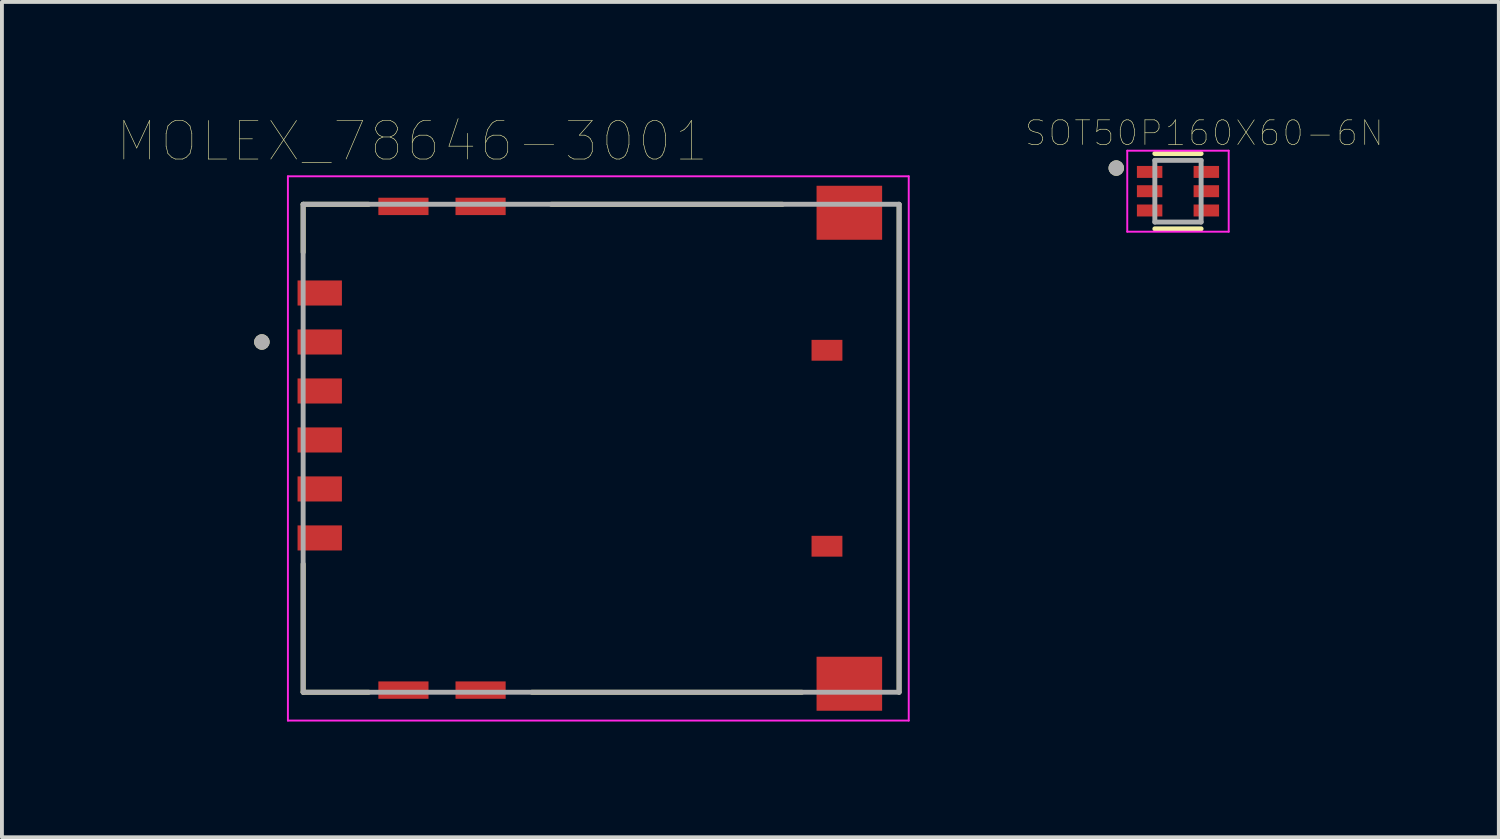
<source format=kicad_pcb>
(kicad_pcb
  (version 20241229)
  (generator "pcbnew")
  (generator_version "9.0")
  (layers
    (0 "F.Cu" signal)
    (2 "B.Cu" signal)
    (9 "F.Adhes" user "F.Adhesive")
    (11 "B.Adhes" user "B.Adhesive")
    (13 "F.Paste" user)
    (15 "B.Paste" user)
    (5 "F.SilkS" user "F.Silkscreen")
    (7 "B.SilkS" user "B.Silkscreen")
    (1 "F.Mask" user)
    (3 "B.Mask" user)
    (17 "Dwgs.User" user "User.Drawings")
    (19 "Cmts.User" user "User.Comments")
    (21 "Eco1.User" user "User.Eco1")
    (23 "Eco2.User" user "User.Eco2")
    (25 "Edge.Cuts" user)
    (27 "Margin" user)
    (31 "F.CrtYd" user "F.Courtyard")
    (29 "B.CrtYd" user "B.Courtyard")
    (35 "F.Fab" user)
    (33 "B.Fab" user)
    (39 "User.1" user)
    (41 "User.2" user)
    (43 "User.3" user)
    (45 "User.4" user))
  (footprint "SOT50P160X60-6N"
    (layer "F.Cu")
    (at 27.489 1.907)
    (property "Reference" "SOT50P160X60-6N" (at 0.682 -1.506 0) (layer "F.SilkS") (effects (font (size 0.64 0.64) (thickness 0.015))))
    (attr through_hole)
    (fp_line (start -0.6 -0.975) (end 0.6 -0.975) (stroke (width 0.127) (type solid)) (layer "F.SilkS"))
    (fp_line (start -0.6 0.975) (end 0.6 0.975) (stroke (width 0.127) (type solid)) (layer "F.SilkS"))
    (fp_circle (center -1.6 -0.6) (end -1.5 -0.6) (stroke (width 0.2) (type solid)) (fill no) (layer "F.SilkS"))
    (fp_line (start -1.315 -1.05) (end 1.315 -1.05) (stroke (width 0.05) (type solid)) (layer "F.CrtYd"))
    (fp_line (start -1.315 1.05) (end -1.315 -1.05) (stroke (width 0.05) (type solid)) (layer "F.CrtYd"))
    (fp_line (start 1.315 -1.05) (end 1.315 1.05) (stroke (width 0.05) (type solid)) (layer "F.CrtYd"))
    (fp_line (start 1.315 1.05) (end -1.315 1.05) (stroke (width 0.05) (type solid)) (layer "F.CrtYd"))
    (fp_line (start -0.6 -0.8) (end 0.6 -0.8) (stroke (width 0.127) (type solid)) (layer "F.Fab"))
    (fp_line (start -0.6 0.8) (end -0.6 -0.8) (stroke (width 0.127) (type solid)) (layer "F.Fab"))
    (fp_line (start 0.6 -0.8) (end 0.6 0.8) (stroke (width 0.127) (type solid)) (layer "F.Fab"))
    (fp_line (start 0.6 0.8) (end -0.6 0.8) (stroke (width 0.127) (type solid)) (layer "F.Fab"))
    (fp_circle (center -1.6 -0.6) (end -1.5 -0.6) (stroke (width 0.2) (type solid)) (fill no) (layer "F.Fab"))
    (pad "1" smd rect (at -0.735 -0.5) (size 0.66 0.31) (layers "F.Cu" "F.Mask" "F.Paste"))
    (pad "2" smd rect (at -0.735 0) (size 0.66 0.31) (layers "F.Cu" "F.Mask" "F.Paste"))
    (pad "3" smd rect (at -0.735 0.5) (size 0.66 0.31) (layers "F.Cu" "F.Mask" "F.Paste"))
    (pad "4" smd rect (at 0.735 0.5) (size 0.66 0.31) (layers "F.Cu" "F.Mask" "F.Paste"))
    (pad "5" smd rect (at 0.735 0) (size 0.66 0.31) (layers "F.Cu" "F.Mask" "F.Paste"))
    (pad "6" smd rect (at 0.735 -0.5) (size 0.66 0.31) (layers "F.Cu" "F.Mask" "F.Paste")))
  (footprint "MOLEX_78646-3001"
    (layer "F.Cu")
    (at 12.534 8.571)
    (property "Reference" "MOLEX_78646-3001" (at -4.897 -7.96 0) (layer "F.SilkS") (effects (font (size 1 1) (thickness 0.015))))
    (attr through_hole)
    (fp_line (start -7.725 -6.325) (end -7.725 -5.08) (stroke (width 0.127) (type solid)) (layer "F.SilkS"))
    (fp_line (start -7.725 -6.325) (end -6.025 -6.325) (stroke (width 0.127) (type solid)) (layer "F.SilkS"))
    (fp_line (start -7.725 3) (end -7.725 6.325) (stroke (width 0.127) (type solid)) (layer "F.SilkS"))
    (fp_line (start -7.725 6.325) (end -6.025 6.325) (stroke (width 0.127) (type solid)) (layer "F.SilkS"))
    (fp_line (start -1.795 6.325) (end 5.205 6.325) (stroke (width 0.127) (type solid)) (layer "F.SilkS"))
    (fp_line (start -1.295 -6.325) (end 4.705 -6.325) (stroke (width 0.127) (type solid)) (layer "F.SilkS"))
    (fp_line (start 7.725 -6.325) (end 7.725 6.325) (stroke (width 0.127) (type solid)) (layer "F.SilkS"))
    (fp_circle (center -8.795 -2.755) (end -8.695 -2.755) (stroke (width 0.2) (type solid)) (fill no) (layer "F.SilkS"))
    (fp_line (start -8.12 -7.05) (end 7.975 -7.05) (stroke (width 0.05) (type solid)) (layer "F.CrtYd"))
    (fp_line (start -8.12 7.06) (end -8.12 -7.05) (stroke (width 0.05) (type solid)) (layer "F.CrtYd"))
    (fp_line (start 7.975 -7.05) (end 7.975 7.06) (stroke (width 0.05) (type solid)) (layer "F.CrtYd"))
    (fp_line (start 7.975 7.06) (end -8.12 7.06) (stroke (width 0.05) (type solid)) (layer "F.CrtYd"))
    (fp_line (start -7.725 -6.325) (end -7.725 6.325) (stroke (width 0.127) (type solid)) (layer "F.Fab"))
    (fp_line (start 7.725 -6.325) (end -7.725 -6.325) (stroke (width 0.127) (type solid)) (layer "F.Fab"))
    (fp_line (start 7.725 -6.325) (end 7.725 6.325) (stroke (width 0.127) (type solid)) (layer "F.Fab"))
    (fp_line (start 7.725 6.325) (end -7.725 6.325) (stroke (width 0.127) (type solid)) (layer "F.Fab"))
    (fp_circle (center -8.795 -2.755) (end -8.695 -2.755) (stroke (width 0.2) (type solid)) (fill no) (layer "F.Fab"))
    (pad "C1" smd rect (at -7.295 -2.755) (size 1.15 0.65) (layers "F.Cu" "F.Mask" "F.Paste"))
    (pad "C2" smd rect (at -7.295 -0.215) (size 1.15 0.65) (layers "F.Cu" "F.Mask" "F.Paste"))
    (pad "C3" smd rect (at -7.295 2.325) (size 1.15 0.65) (layers "F.Cu" "F.Mask" "F.Paste"))
    (pad "C5" smd rect (at -7.295 -4.025) (size 1.15 0.65) (layers "F.Cu" "F.Mask" "F.Paste"))
    (pad "C6" smd rect (at -7.295 -1.485) (size 1.15 0.65) (layers "F.Cu" "F.Mask" "F.Paste"))
    (pad "C7" smd rect (at -7.295 1.055) (size 1.15 0.65) (layers "F.Cu" "F.Mask" "F.Paste"))
    (pad "G1" smd rect (at -5.125 -6.27) (size 1.3 0.45) (layers "F.Cu" "F.Mask" "F.Paste"))
    (pad "G2" smd rect (at -3.125 -6.27) (size 1.3 0.45) (layers "F.Cu" "F.Mask" "F.Paste"))
    (pad "G3" smd rect (at -5.125 6.27) (size 1.3 0.45) (layers "F.Cu" "F.Mask" "F.Paste"))
    (pad "G4" smd rect (at -3.125 6.27) (size 1.3 0.45) (layers "F.Cu" "F.Mask" "F.Paste"))
    (pad "G5" smd rect (at 6.435 6.105) (size 1.7 1.4) (layers "F.Cu" "F.Mask" "F.Paste"))
    (pad "G6" smd rect (at 6.435 -6.105) (size 1.7 1.4) (layers "F.Cu" "F.Mask" "F.Paste"))
    (pad "X1" smd rect (at 5.855 -2.54) (size 0.8 0.54) (layers "F.Cu" "F.Mask" "F.Paste"))
    (pad "X2" smd rect (at 5.855 2.54) (size 0.8 0.54) (layers "F.Cu" "F.Mask" "F.Paste")))
  (gr_rect
    (start -3 -3)
    (end 35.807 18.656)
    (stroke (width 0.1) (type default))
    (fill no)
    (layer "Edge.Cuts")))
</source>
